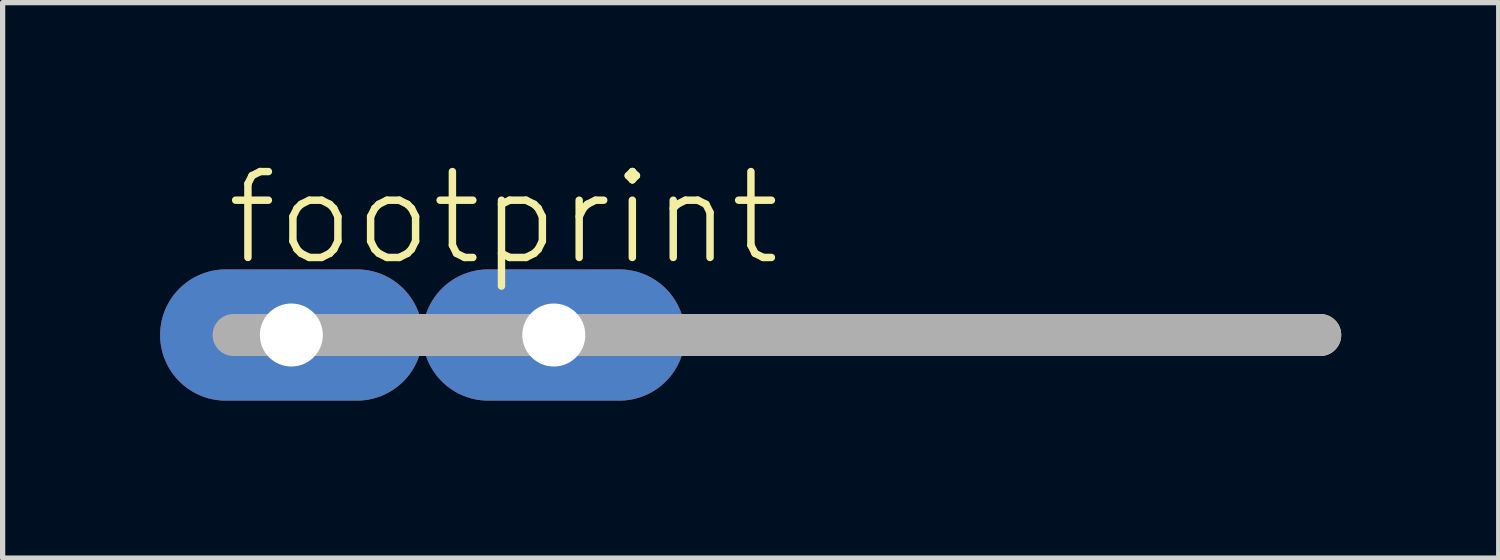
<source format=kicad_pcb>
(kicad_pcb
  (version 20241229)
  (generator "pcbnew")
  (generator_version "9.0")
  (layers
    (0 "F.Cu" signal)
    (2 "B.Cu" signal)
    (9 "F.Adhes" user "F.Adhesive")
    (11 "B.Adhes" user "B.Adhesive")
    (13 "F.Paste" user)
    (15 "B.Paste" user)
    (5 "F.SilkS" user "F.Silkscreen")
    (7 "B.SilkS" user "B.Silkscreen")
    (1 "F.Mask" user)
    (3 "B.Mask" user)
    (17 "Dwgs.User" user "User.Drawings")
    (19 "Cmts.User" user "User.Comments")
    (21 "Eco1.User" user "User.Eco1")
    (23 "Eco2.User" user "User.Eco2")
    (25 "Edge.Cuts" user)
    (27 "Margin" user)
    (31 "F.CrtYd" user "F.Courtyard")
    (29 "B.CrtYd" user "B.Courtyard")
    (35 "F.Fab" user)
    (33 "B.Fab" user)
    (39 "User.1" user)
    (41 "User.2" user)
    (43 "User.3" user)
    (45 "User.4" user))
  (footprint "footprint"
    (layer "F.Cu")
    (at 5 3.332)
    (property "Reference" "footprint" (at -3.81 -1.27 0) (layer "F.SilkS") (effects (font (size 1.636 1.636) (thickness 0.142)) (justify left bottom)))
    (fp_line (start 5.35 0) (end 17.1 0) (stroke (width 0.8) (type solid)) (layer "F.SilkS"))
    (fp_line (start -3.6 0) (end 17.1 0) (stroke (width 0.8) (type solid)) (layer "F.Fab"))
    (pad "1A" thru_hole oval (at -2.5 0) (size 5 2.5) (drill 1.2) (layers "*.Cu" "*.Mask"))
    (pad "1B" thru_hole oval (at 2.5 0) (size 5 2.5) (drill 1.2) (layers "*.Cu" "*.Mask")))
  (gr_rect
    (start -3 -3)
    (end 25.5 7.582)
    (stroke (width 0.1) (type default))
    (fill no)
    (layer "Edge.Cuts")))
</source>
